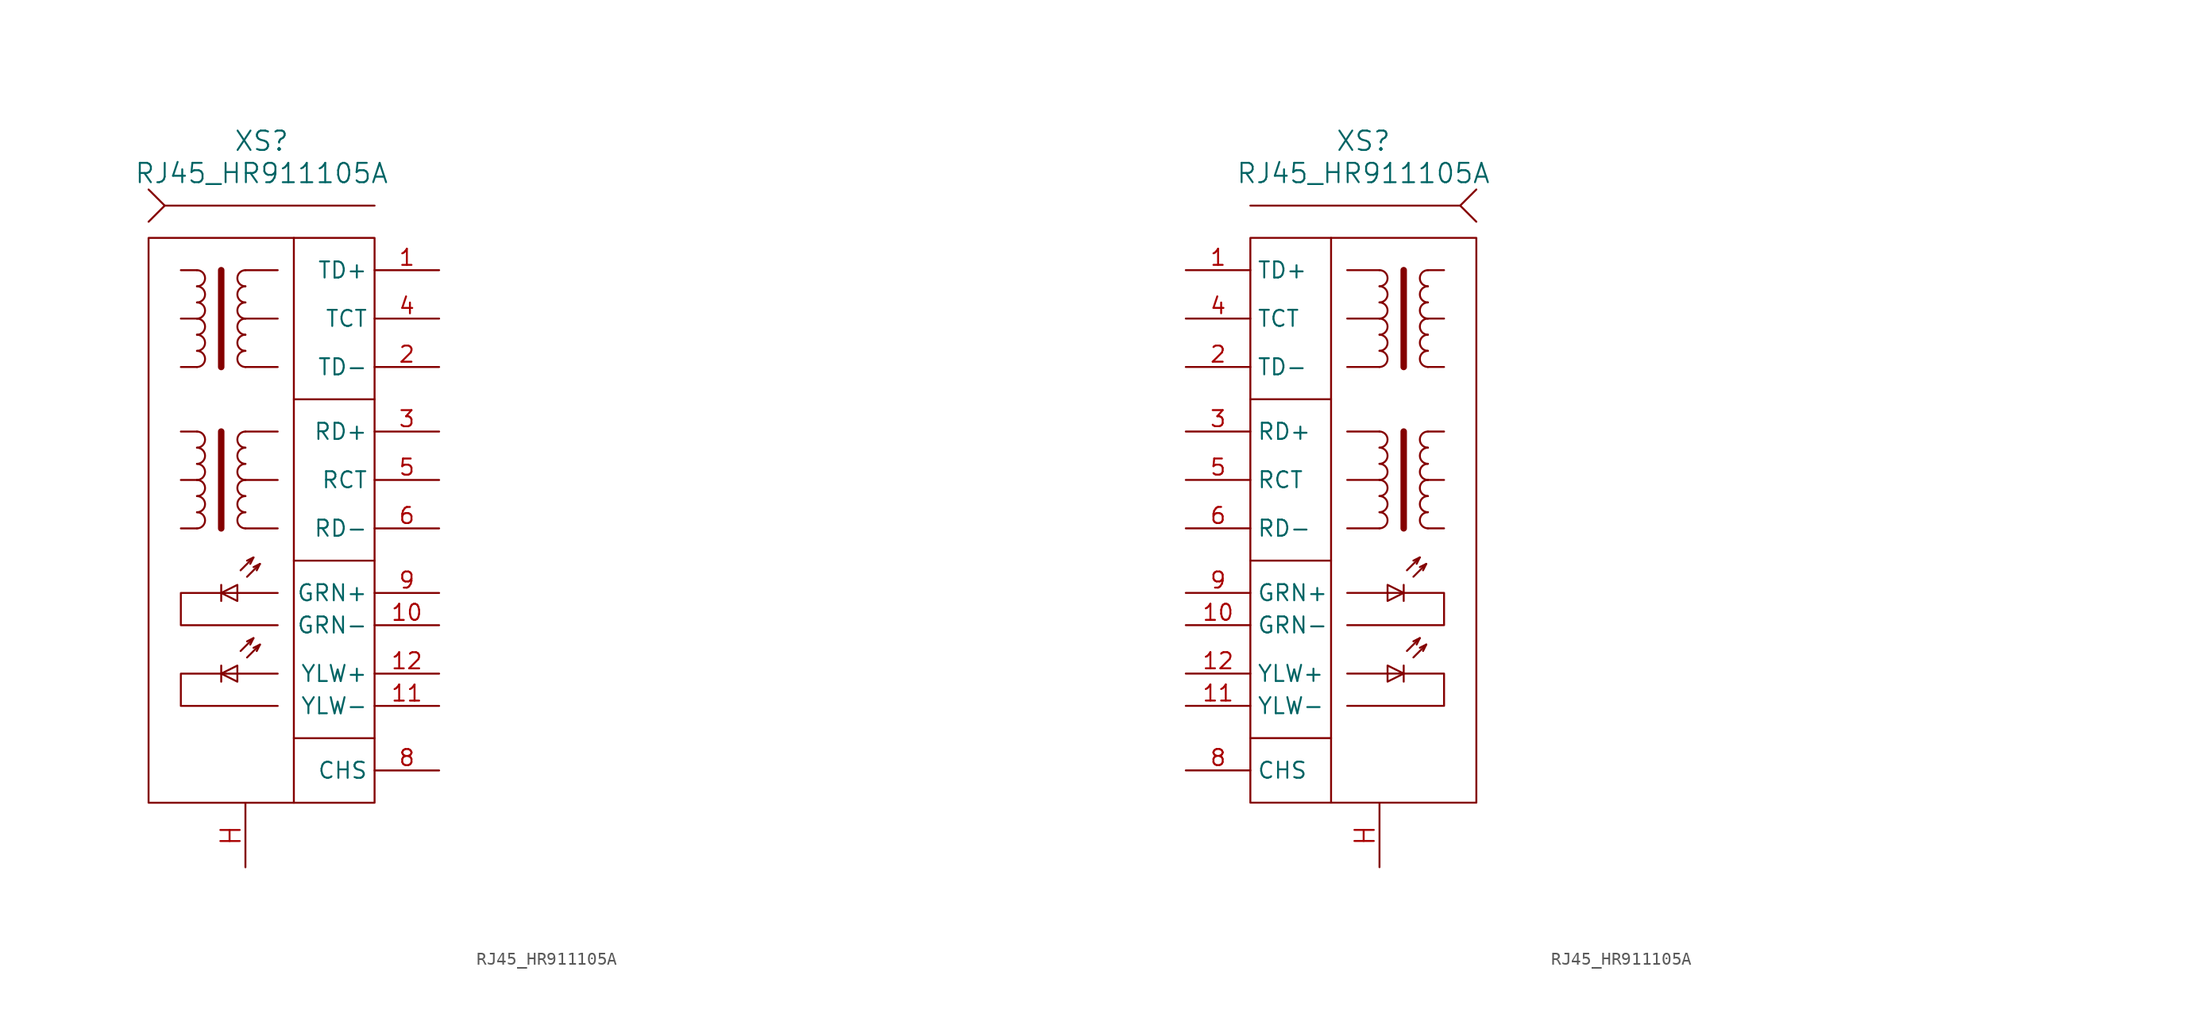
<source format=kicad_sym>
(kicad_symbol_lib
  (version 20220914)
  (generator kicad_symbol_editor)
  (symbol "RJ45_HR911105A"
    (property "Reference" "XS"
      (at 0 29.21 0)
      (do_not_autoplace)
      (effects (font (size 1.524 1.524))))
    (property "Value" "RJ45_HR911105A"
      (at 0 26.67 0)
      (do_not_autoplace)
      (effects (font (size 1.524 1.524))))
    (property "Datasheet" ""
      (at 54.61 -21.59 0)
      (effects (font (size 1.524 1.524))))
    (symbol "RJ45_HR911105A_0_0"
      (rectangle (start -8.89 21.59) (end 8.89 -22.86) (stroke (width 0) (type solid)) (fill (type none))))
    (symbol "RJ45_HR911105A_0_1"
      (arc (start -5.08 -1.27) (mid -4.4477 -0.635) (end -5.08 0) (stroke (width 0) (type solid)) (fill (type none)))
      (arc (start -5.08 0) (mid -4.4477 0.635) (end -5.08 1.27) (stroke (width 0) (type solid)) (fill (type none)))
      (arc (start -5.08 1.27) (mid -4.4477 1.905) (end -5.08 2.54) (stroke (width 0) (type solid)) (fill (type none)))
      (arc (start -5.08 2.54) (mid -4.4477 3.175) (end -5.08 3.81) (stroke (width 0) (type solid)) (fill (type none)))
      (arc (start -5.08 3.81) (mid -4.4477 4.445) (end -5.08 5.08) (stroke (width 0) (type solid)) (fill (type none)))
      (arc (start -5.08 5.08) (mid -4.4477 5.715) (end -5.08 6.35) (stroke (width 0) (type solid)) (fill (type none)))
      (arc (start -5.08 11.43) (mid -4.4477 12.065) (end -5.08 12.7) (stroke (width 0) (type solid)) (fill (type none)))
      (arc (start -5.08 12.7) (mid -4.4477 13.335) (end -5.08 13.97) (stroke (width 0) (type solid)) (fill (type none)))
      (arc (start -5.08 13.97) (mid -4.4477 14.605) (end -5.08 15.24) (stroke (width 0) (type solid)) (fill (type none)))
      (arc (start -5.08 15.24) (mid -4.4477 15.875) (end -5.08 16.51) (stroke (width 0) (type solid)) (fill (type none)))
      (arc (start -5.08 16.51) (mid -4.4477 17.145) (end -5.08 17.78) (stroke (width 0) (type solid)) (fill (type none)))
      (arc (start -5.08 17.78) (mid -4.4477 18.415) (end -5.08 19.05) (stroke (width 0) (type solid)) (fill (type none)))
      (arc (start -1.27 0) (mid -1.9023 -0.635) (end -1.27 -1.27) (stroke (width 0) (type solid)) (fill (type none)))
      (arc (start -1.27 1.27) (mid -1.9023 0.635) (end -1.27 0) (stroke (width 0) (type solid)) (fill (type none)))
      (arc (start -1.27 2.54) (mid -1.9023 1.905) (end -1.27 1.27) (stroke (width 0) (type solid)) (fill (type none)))
      (arc (start -1.27 3.81) (mid -1.9023 3.175) (end -1.27 2.54) (stroke (width 0) (type solid)) (fill (type none)))
      (arc (start -1.27 5.08) (mid -1.9023 4.445) (end -1.27 3.81) (stroke (width 0) (type solid)) (fill (type none)))
      (arc (start -1.27 6.35) (mid -1.9023 5.715) (end -1.27 5.08) (stroke (width 0) (type solid)) (fill (type none)))
      (arc (start -1.27 12.7) (mid -1.9023 12.065) (end -1.27 11.43) (stroke (width 0) (type solid)) (fill (type none)))
      (arc (start -1.27 13.97) (mid -1.9023 13.335) (end -1.27 12.7) (stroke (width 0) (type solid)) (fill (type none)))
      (arc (start -1.27 15.24) (mid -1.9023 14.605) (end -1.27 13.97) (stroke (width 0) (type solid)) (fill (type none)))
      (arc (start -1.27 16.51) (mid -1.9023 15.875) (end -1.27 15.24) (stroke (width 0) (type solid)) (fill (type none)))
      (arc (start -1.27 17.78) (mid -1.9023 17.145) (end -1.27 16.51) (stroke (width 0) (type solid)) (fill (type none)))
      (arc (start -1.27 19.05) (mid -1.9023 18.415) (end -1.27 17.78) (stroke (width 0) (type solid)) (fill (type none)))
      (polyline (pts (xy -6.35 -1.27) (xy -5.08 -1.27)) (stroke (width 0) (type solid)) (fill (type none)))
      (polyline (pts (xy -6.35 2.54) (xy -5.08 2.54)) (stroke (width 0) (type solid)) (fill (type none)))
      (polyline (pts (xy -6.35 11.43) (xy -5.08 11.43)) (stroke (width 0) (type solid)) (fill (type none)))
      (polyline (pts (xy -6.35 15.24) (xy -5.08 15.24)) (stroke (width 0) (type solid)) (fill (type none)))
      (polyline (pts (xy -5.08 6.35) (xy -6.35 6.35)) (stroke (width 0) (type solid)) (fill (type none)))
      (polyline (pts (xy -5.08 19.05) (xy -6.35 19.05)) (stroke (width 0) (type solid)) (fill (type none)))
      (polyline (pts (xy -3.175 -12.065) (xy -3.175 -13.335)) (stroke (width 0) (type solid)) (fill (type none)))
      (polyline (pts (xy -3.175 -5.715) (xy -3.175 -6.985)) (stroke (width 0) (type solid)) (fill (type none)))
      (polyline (pts (xy -3.175 6.35) (xy -3.175 -1.27)) (stroke (width 0.508) (type solid)) (fill (type none)))
      (polyline (pts (xy -3.175 19.05) (xy -3.175 11.43)) (stroke (width 0.508) (type solid)) (fill (type none)))
      (polyline (pts (xy -1.651 -10.922) (xy -0.635 -9.906)) (stroke (width 0) (type solid)) (fill (type none)))
      (polyline (pts (xy -1.651 -4.572) (xy -0.635 -3.556)) (stroke (width 0) (type solid)) (fill (type none)))
      (polyline (pts (xy -1.27 6.35) (xy 1.27 6.35)) (stroke (width 0) (type solid)) (fill (type none)))
      (polyline (pts (xy -1.27 19.05) (xy 1.27 19.05)) (stroke (width 0) (type solid)) (fill (type none)))
      (polyline (pts (xy -1.143 -11.43) (xy -0.127 -10.414)) (stroke (width 0) (type solid)) (fill (type none)))
      (polyline (pts (xy -1.143 -5.08) (xy -0.127 -4.064)) (stroke (width 0) (type solid)) (fill (type none)))
      (polyline (pts (xy 1.27 -1.27) (xy -1.27 -1.27)) (stroke (width 0) (type solid)) (fill (type none)))
      (polyline (pts (xy 1.27 2.54) (xy -1.27 2.54)) (stroke (width 0) (type solid)) (fill (type none)))
      (polyline (pts (xy 1.27 11.43) (xy -1.27 11.43)) (stroke (width 0) (type solid)) (fill (type none)))
      (polyline (pts (xy 1.27 15.24) (xy -1.27 15.24)) (stroke (width 0) (type solid)) (fill (type none)))
      (polyline (pts (xy 2.54 21.59) (xy 2.54 -22.86)) (stroke (width 0) (type solid)) (fill (type none)))
      (polyline (pts (xy 8.89 -17.78) (xy 2.54 -17.78)) (stroke (width 0) (type solid)) (fill (type none)))
      (polyline (pts (xy 8.89 -3.81) (xy 2.54 -3.81)) (stroke (width 0) (type solid)) (fill (type none)))
      (polyline (pts (xy 8.89 8.89) (xy 2.54 8.89)) (stroke (width 0) (type solid)) (fill (type none)))
      (polyline (pts (xy 8.89 24.13) (xy -7.62 24.13)) (stroke (width 0) (type solid)) (fill (type none)))
      (polyline (pts (xy -8.89 22.86) (xy -7.62 24.13) (xy -8.89 25.4)) (stroke (width 0) (type solid)) (fill (type none)))
      (polyline (pts (xy -1.143 -10.16) (xy -0.635 -9.906) (xy -0.889 -10.414)) (stroke (width 0) (type solid)) (fill (type none)))
      (polyline (pts (xy -1.143 -3.81) (xy -0.635 -3.556) (xy -0.889 -4.064)) (stroke (width 0) (type solid)) (fill (type none)))
      (polyline (pts (xy -0.635 -10.668) (xy -0.127 -10.414) (xy -0.381 -10.922)) (stroke (width 0) (type solid)) (fill (type none)))
      (polyline (pts (xy -0.635 -4.318) (xy -0.127 -4.064) (xy -0.381 -4.572)) (stroke (width 0) (type solid)) (fill (type none)))
      (polyline (pts (xy -1.905 -12.065) (xy -1.905 -13.335) (xy -3.175 -12.7) (xy -1.905 -12.065)) (stroke (width 0) (type solid)) (fill (type none)))
      (polyline (pts (xy -1.905 -5.715) (xy -1.905 -6.985) (xy -3.175 -6.35) (xy -1.905 -5.715)) (stroke (width 0) (type solid)) (fill (type none)))
      (polyline (pts (xy 1.27 -12.7) (xy -6.35 -12.7) (xy -6.35 -15.24) (xy 1.27 -15.24)) (stroke (width 0) (type solid)) (fill (type none)))
      (polyline (pts (xy 1.27 -6.35) (xy -6.35 -6.35) (xy -6.35 -8.89) (xy 1.27 -8.89)) (stroke (width 0) (type solid)) (fill (type none))))
    (symbol "RJ45_HR911105A_0_2"
      (polyline (pts (xy -2.54 -22.86) (xy -2.54 21.59)) (stroke (width 0) (type solid)) (fill (type none)))
      (polyline (pts (xy -2.54 -17.78) (xy -8.89 -17.78)) (stroke (width 0) (type solid)) (fill (type none)))
      (polyline (pts (xy -2.54 -3.81) (xy -8.89 -3.81)) (stroke (width 0) (type solid)) (fill (type none)))
      (polyline (pts (xy -2.54 8.89) (xy -8.89 8.89)) (stroke (width 0) (type solid)) (fill (type none)))
      (polyline (pts (xy -1.27 -1.27) (xy 1.27 -1.27)) (stroke (width 0) (type solid)) (fill (type none)))
      (polyline (pts (xy -1.27 2.54) (xy 1.27 2.54)) (stroke (width 0) (type solid)) (fill (type none)))
      (polyline (pts (xy -1.27 11.43) (xy 1.27 11.43)) (stroke (width 0) (type solid)) (fill (type none)))
      (polyline (pts (xy -1.27 15.24) (xy 1.27 15.24)) (stroke (width 0) (type solid)) (fill (type none)))
      (polyline (pts (xy 1.27 6.35) (xy -1.27 6.35)) (stroke (width 0) (type solid)) (fill (type none)))
      (polyline (pts (xy 1.27 19.05) (xy -1.27 19.05)) (stroke (width 0) (type solid)) (fill (type none)))
      (polyline (pts (xy 3.175 -12.065) (xy 3.175 -13.335)) (stroke (width 0) (type solid)) (fill (type none)))
      (polyline (pts (xy 3.175 -5.715) (xy 3.175 -6.985)) (stroke (width 0) (type solid)) (fill (type none)))
      (polyline (pts (xy 3.175 6.35) (xy 3.175 -1.27)) (stroke (width 0.508) (type solid)) (fill (type none)))
      (polyline (pts (xy 3.175 19.05) (xy 3.175 11.43)) (stroke (width 0.508) (type solid)) (fill (type none)))
      (polyline (pts (xy 3.429 -10.922) (xy 4.445 -9.906)) (stroke (width 0) (type solid)) (fill (type none)))
      (polyline (pts (xy 3.429 -4.572) (xy 4.445 -3.556)) (stroke (width 0) (type solid)) (fill (type none)))
      (polyline (pts (xy 3.937 -11.43) (xy 4.953 -10.414)) (stroke (width 0) (type solid)) (fill (type none)))
      (polyline (pts (xy 3.937 -5.08) (xy 4.953 -4.064)) (stroke (width 0) (type solid)) (fill (type none)))
      (polyline (pts (xy 5.08 6.35) (xy 6.35 6.35)) (stroke (width 0) (type solid)) (fill (type none)))
      (polyline (pts (xy 5.08 19.05) (xy 6.35 19.05)) (stroke (width 0) (type solid)) (fill (type none)))
      (polyline (pts (xy 6.35 -1.27) (xy 5.08 -1.27)) (stroke (width 0) (type solid)) (fill (type none)))
      (polyline (pts (xy 6.35 2.54) (xy 5.08 2.54)) (stroke (width 0) (type solid)) (fill (type none)))
      (polyline (pts (xy 6.35 11.43) (xy 5.08 11.43)) (stroke (width 0) (type solid)) (fill (type none)))
      (polyline (pts (xy 6.35 15.24) (xy 5.08 15.24)) (stroke (width 0) (type solid)) (fill (type none)))
      (polyline (pts (xy 7.62 24.13) (xy -8.89 24.13)) (stroke (width 0) (type solid)) (fill (type none)))
      (polyline (pts (xy 3.937 -10.16) (xy 4.445 -9.906) (xy 4.191 -10.414)) (stroke (width 0) (type solid)) (fill (type none)))
      (polyline (pts (xy 3.937 -3.81) (xy 4.445 -3.556) (xy 4.191 -4.064)) (stroke (width 0) (type solid)) (fill (type none)))
      (polyline (pts (xy 4.445 -10.668) (xy 4.953 -10.414) (xy 4.699 -10.922)) (stroke (width 0) (type solid)) (fill (type none)))
      (polyline (pts (xy 4.445 -4.318) (xy 4.953 -4.064) (xy 4.699 -4.572)) (stroke (width 0) (type solid)) (fill (type none)))
      (polyline (pts (xy 8.89 22.86) (xy 7.62 24.13) (xy 8.89 25.4)) (stroke (width 0) (type solid)) (fill (type none)))
      (polyline (pts (xy -1.27 -12.7) (xy 6.35 -12.7) (xy 6.35 -15.24) (xy -1.27 -15.24)) (stroke (width 0) (type solid)) (fill (type none)))
      (polyline (pts (xy -1.27 -6.35) (xy 6.35 -6.35) (xy 6.35 -8.89) (xy -1.27 -8.89)) (stroke (width 0) (type solid)) (fill (type none)))
      (polyline (pts (xy 1.905 -12.065) (xy 1.905 -13.335) (xy 3.175 -12.7) (xy 1.905 -12.065)) (stroke (width 0) (type solid)) (fill (type none)))
      (polyline (pts (xy 1.905 -5.715) (xy 1.905 -6.985) (xy 3.175 -6.35) (xy 1.905 -5.715)) (stroke (width 0) (type solid)) (fill (type none)))
      (arc (start 1.27 -1.27) (mid 1.9023 -0.635) (end 1.27 0) (stroke (width 0) (type solid)) (fill (type none)))
      (arc (start 1.27 0) (mid 1.9023 0.635) (end 1.27 1.27) (stroke (width 0) (type solid)) (fill (type none)))
      (arc (start 1.27 1.27) (mid 1.9023 1.905) (end 1.27 2.54) (stroke (width 0) (type solid)) (fill (type none)))
      (arc (start 1.27 2.54) (mid 1.9023 3.175) (end 1.27 3.81) (stroke (width 0) (type solid)) (fill (type none)))
      (arc (start 1.27 3.81) (mid 1.9023 4.445) (end 1.27 5.08) (stroke (width 0) (type solid)) (fill (type none)))
      (arc (start 1.27 5.08) (mid 1.9023 5.715) (end 1.27 6.35) (stroke (width 0) (type solid)) (fill (type none)))
      (arc (start 1.27 11.43) (mid 1.9023 12.065) (end 1.27 12.7) (stroke (width 0) (type solid)) (fill (type none)))
      (arc (start 1.27 12.7) (mid 1.9023 13.335) (end 1.27 13.97) (stroke (width 0) (type solid)) (fill (type none)))
      (arc (start 1.27 13.97) (mid 1.9023 14.605) (end 1.27 15.24) (stroke (width 0) (type solid)) (fill (type none)))
      (arc (start 1.27 15.24) (mid 1.9023 15.875) (end 1.27 16.51) (stroke (width 0) (type solid)) (fill (type none)))
      (arc (start 1.27 16.51) (mid 1.9023 17.145) (end 1.27 17.78) (stroke (width 0) (type solid)) (fill (type none)))
      (arc (start 1.27 17.78) (mid 1.9023 18.415) (end 1.27 19.05) (stroke (width 0) (type solid)) (fill (type none)))
      (arc (start 5.08 0) (mid 4.4477 -0.635) (end 5.08 -1.27) (stroke (width 0) (type solid)) (fill (type none)))
      (arc (start 5.08 1.27) (mid 4.4477 0.635) (end 5.08 0) (stroke (width 0) (type solid)) (fill (type none)))
      (arc (start 5.08 2.54) (mid 4.4477 1.905) (end 5.08 1.27) (stroke (width 0) (type solid)) (fill (type none)))
      (arc (start 5.08 3.81) (mid 4.4477 3.175) (end 5.08 2.54) (stroke (width 0) (type solid)) (fill (type none)))
      (arc (start 5.08 5.08) (mid 4.4477 4.445) (end 5.08 3.81) (stroke (width 0) (type solid)) (fill (type none)))
      (arc (start 5.08 6.35) (mid 4.4477 5.715) (end 5.08 5.08) (stroke (width 0) (type solid)) (fill (type none)))
      (arc (start 5.08 12.7) (mid 4.4477 12.065) (end 5.08 11.43) (stroke (width 0) (type solid)) (fill (type none)))
      (arc (start 5.08 13.97) (mid 4.4477 13.335) (end 5.08 12.7) (stroke (width 0) (type solid)) (fill (type none)))
      (arc (start 5.08 15.24) (mid 4.4477 14.605) (end 5.08 13.97) (stroke (width 0) (type solid)) (fill (type none)))
      (arc (start 5.08 16.51) (mid 4.4477 15.875) (end 5.08 15.24) (stroke (width 0) (type solid)) (fill (type none)))
      (arc (start 5.08 17.78) (mid 4.4477 17.145) (end 5.08 16.51) (stroke (width 0) (type solid)) (fill (type none)))
      (arc (start 5.08 19.05) (mid 4.4477 18.415) (end 5.08 17.78) (stroke (width 0) (type solid)) (fill (type none))))
    (symbol "RJ45_HR911105A_1_1"
      (pin passive line (at 13.97 19.05 180) (length 5.08) (name "TD+" (effects (font (size 1.27 1.27)))) (number "1" (effects (font (size 1.27 1.27)))))
      (pin passive line (at 13.97 -8.89 180) (length 5.08) (name "GRN-" (effects (font (size 1.27 1.27)))) (number "10" (effects (font (size 1.27 1.27)))))
      (pin passive line (at 13.97 -15.24 180) (length 5.08) (name "YLW-" (effects (font (size 1.27 1.27)))) (number "11" (effects (font (size 1.27 1.27)))))
      (pin passive line (at 13.97 -12.7 180) (length 5.08) (name "YLW+" (effects (font (size 1.27 1.27)))) (number "12" (effects (font (size 1.27 1.27)))))
      (pin passive line (at 13.97 11.43 180) (length 5.08) (name "TD-" (effects (font (size 1.27 1.27)))) (number "2" (effects (font (size 1.27 1.27)))))
      (pin passive line (at 13.97 6.35 180) (length 5.08) (name "RD+" (effects (font (size 1.27 1.27)))) (number "3" (effects (font (size 1.27 1.27)))))
      (pin passive line (at 13.97 15.24 180) (length 5.08) (name "TCT" (effects (font (size 1.27 1.27)))) (number "4" (effects (font (size 1.27 1.27)))))
      (pin passive line (at 13.97 2.54 180) (length 5.08) (name "RCT" (effects (font (size 1.27 1.27)))) (number "5" (effects (font (size 1.27 1.27)))))
      (pin passive line (at 13.97 -1.27 180) (length 5.08) (name "RD-" (effects (font (size 1.27 1.27)))) (number "6" (effects (font (size 1.27 1.27)))))
      (pin no_connect line (at -3.81 -27.94 90) (length 5.08) hide (name "NC" (effects (font (size 1.27 1.27)))) (number "7" (effects (font (size 1.27 1.27)))))
      (pin passive line (at 13.97 -20.32 180) (length 5.08) (name "CHS" (effects (font (size 1.27 1.27)))) (number "8" (effects (font (size 1.27 1.27)))))
      (pin passive line (at 13.97 -6.35 180) (length 5.08) (name "GRN+" (effects (font (size 1.27 1.27)))) (number "9" (effects (font (size 1.27 1.27)))))
      (pin passive line (at -1.27 -27.94 90) (length 5.004) (name "~" (effects (font (size 1.524 1.524)))) (number "H" (effects (font (size 1.524 1.524))))))
    (symbol "RJ45_HR911105A_1_2"
      (pin passive line (at -13.97 19.05 0) (length 5.08) (name "TD+" (effects (font (size 1.27 1.27)))) (number "1" (effects (font (size 1.27 1.27)))))
      (pin passive line (at -13.97 -8.89 0) (length 5.08) (name "GRN-" (effects (font (size 1.27 1.27)))) (number "10" (effects (font (size 1.27 1.27)))))
      (pin passive line (at -13.97 -15.24 0) (length 5.08) (name "YLW-" (effects (font (size 1.27 1.27)))) (number "11" (effects (font (size 1.27 1.27)))))
      (pin passive line (at -13.97 -12.7 0) (length 5.08) (name "YLW+" (effects (font (size 1.27 1.27)))) (number "12" (effects (font (size 1.27 1.27)))))
      (pin passive line (at -13.97 11.43 0) (length 5.08) (name "TD-" (effects (font (size 1.27 1.27)))) (number "2" (effects (font (size 1.27 1.27)))))
      (pin passive line (at -13.97 6.35 0) (length 5.08) (name "RD+" (effects (font (size 1.27 1.27)))) (number "3" (effects (font (size 1.27 1.27)))))
      (pin passive line (at -13.97 15.24 0) (length 5.08) (name "TCT" (effects (font (size 1.27 1.27)))) (number "4" (effects (font (size 1.27 1.27)))))
      (pin passive line (at -13.97 2.54 0) (length 5.08) (name "RCT" (effects (font (size 1.27 1.27)))) (number "5" (effects (font (size 1.27 1.27)))))
      (pin passive line (at -13.97 -1.27 0) (length 5.08) (name "RD-" (effects (font (size 1.27 1.27)))) (number "6" (effects (font (size 1.27 1.27)))))
      (pin no_connect line (at 3.81 -27.94 90) (length 5.08) hide (name "NC" (effects (font (size 1.27 1.27)))) (number "7" (effects (font (size 1.27 1.27)))))
      (pin passive line (at -13.97 -20.32 0) (length 5.08) (name "CHS" (effects (font (size 1.27 1.27)))) (number "8" (effects (font (size 1.27 1.27)))))
      (pin passive line (at -13.97 -6.35 0) (length 5.08) (name "GRN+" (effects (font (size 1.27 1.27)))) (number "9" (effects (font (size 1.27 1.27)))))
      (pin passive line (at 1.27 -27.94 90) (length 5.004) (name "~" (effects (font (size 1.524 1.524)))) (number "H" (effects (font (size 1.524 1.524))))))))
</source>
